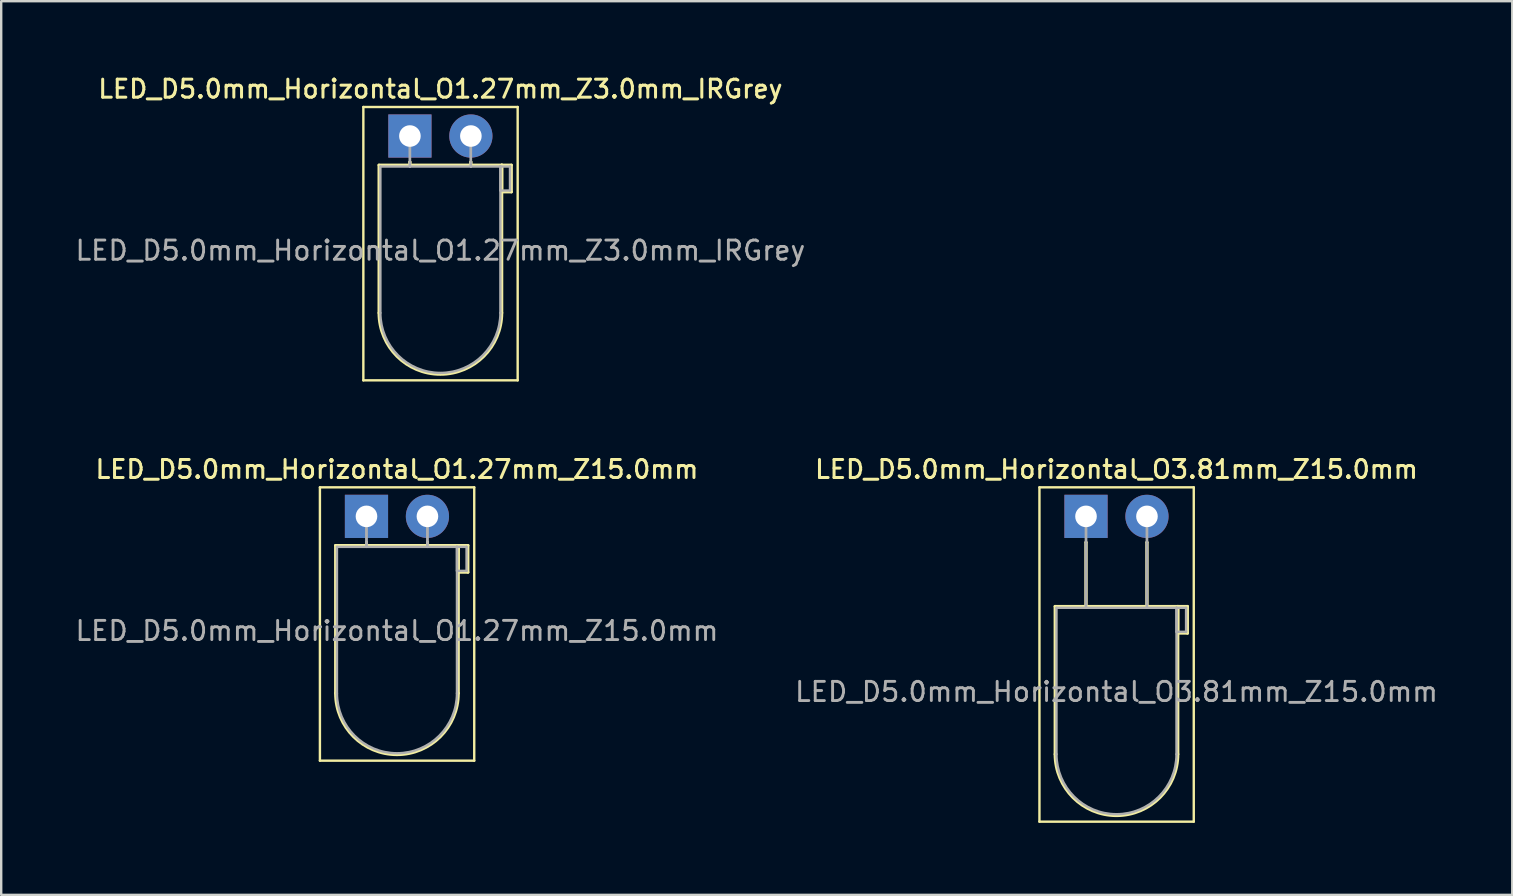
<source format=kicad_pcb>
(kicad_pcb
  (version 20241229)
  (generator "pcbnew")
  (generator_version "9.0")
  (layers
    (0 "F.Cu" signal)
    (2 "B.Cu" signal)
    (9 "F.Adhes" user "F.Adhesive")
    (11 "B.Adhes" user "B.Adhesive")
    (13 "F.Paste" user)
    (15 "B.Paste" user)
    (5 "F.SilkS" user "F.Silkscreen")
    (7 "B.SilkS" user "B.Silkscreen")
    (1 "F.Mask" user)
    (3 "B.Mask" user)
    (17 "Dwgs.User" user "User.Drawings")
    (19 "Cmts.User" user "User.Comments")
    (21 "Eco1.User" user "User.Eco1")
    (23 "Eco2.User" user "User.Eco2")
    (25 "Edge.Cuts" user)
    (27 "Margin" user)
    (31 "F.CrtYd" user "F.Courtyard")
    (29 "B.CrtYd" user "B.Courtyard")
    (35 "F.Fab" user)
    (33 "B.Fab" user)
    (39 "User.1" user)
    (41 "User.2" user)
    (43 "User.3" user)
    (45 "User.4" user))
  (footprint "LED_D5.0mm_Horizontal_O1.27mm_Z15.0mm"
    (layer "F.Cu")
    (at 12.22 18.466)
    (property "Reference" "LED_D5.0mm_Horizontal_O1.27mm_Z15.0mm" (at 1.27 -1.96 0) (layer "F.SilkS") (effects (font (size 0.75 0.75) (thickness 0.125))))
    (attr through_hole)
    (fp_line (start -1.94 -1.21) (end -1.94 10.18) (stroke (width 0.1) (type solid)) (layer "F.SilkS"))
    (fp_line (start -1.94 10.18) (end 4.49 10.18) (stroke (width 0.1) (type solid)) (layer "F.SilkS"))
    (fp_line (start -1.29 1.21) (end -1.29 7.37) (stroke (width 0.12) (type solid)) (layer "F.SilkS"))
    (fp_line (start -1.29 1.21) (end 3.83 1.21) (stroke (width 0.12) (type solid)) (layer "F.SilkS"))
    (fp_line (start 0 1.08) (end 0 1.08) (stroke (width 0.12) (type solid)) (layer "F.SilkS"))
    (fp_line (start 0 1.08) (end 0 1.21) (stroke (width 0.12) (type solid)) (layer "F.SilkS"))
    (fp_line (start 0 1.21) (end 0 1.08) (stroke (width 0.12) (type solid)) (layer "F.SilkS"))
    (fp_line (start 0 1.21) (end 0 1.21) (stroke (width 0.12) (type solid)) (layer "F.SilkS"))
    (fp_line (start 2.54 1.08) (end 2.54 1.08) (stroke (width 0.12) (type solid)) (layer "F.SilkS"))
    (fp_line (start 2.54 1.08) (end 2.54 1.21) (stroke (width 0.12) (type solid)) (layer "F.SilkS"))
    (fp_line (start 2.54 1.21) (end 2.54 1.08) (stroke (width 0.12) (type solid)) (layer "F.SilkS"))
    (fp_line (start 2.54 1.21) (end 2.54 1.21) (stroke (width 0.12) (type solid)) (layer "F.SilkS"))
    (fp_line (start 3.83 1.21) (end 3.83 7.37) (stroke (width 0.12) (type solid)) (layer "F.SilkS"))
    (fp_line (start 3.83 1.21) (end 4.23 1.21) (stroke (width 0.12) (type solid)) (layer "F.SilkS"))
    (fp_line (start 3.83 2.33) (end 3.83 1.21) (stroke (width 0.12) (type solid)) (layer "F.SilkS"))
    (fp_line (start 4.23 1.21) (end 4.23 2.33) (stroke (width 0.12) (type solid)) (layer "F.SilkS"))
    (fp_line (start 4.23 2.33) (end 3.83 2.33) (stroke (width 0.12) (type solid)) (layer "F.SilkS"))
    (fp_line (start 4.49 -1.21) (end -1.94 -1.21) (stroke (width 0.1) (type solid)) (layer "F.SilkS"))
    (fp_line (start 4.49 10.18) (end 4.49 -1.21) (stroke (width 0.1) (type solid)) (layer "F.SilkS"))
    (fp_arc (start 3.83 7.37) (mid 1.27 9.93) (end -1.29 7.37) (stroke (width 0.12) (type solid)) (layer "F.SilkS"))
    (fp_line (start -1.23 1.27) (end -1.23 7.37) (stroke (width 0.1) (type solid)) (layer "F.Fab"))
    (fp_line (start -1.23 1.27) (end 3.77 1.27) (stroke (width 0.1) (type solid)) (layer "F.Fab"))
    (fp_line (start 0 0) (end 0 0) (stroke (width 0.1) (type solid)) (layer "F.Fab"))
    (fp_line (start 0 0) (end 0 1.27) (stroke (width 0.1) (type solid)) (layer "F.Fab"))
    (fp_line (start 0 1.27) (end 0 0) (stroke (width 0.1) (type solid)) (layer "F.Fab"))
    (fp_line (start 0 1.27) (end 0 1.27) (stroke (width 0.1) (type solid)) (layer "F.Fab"))
    (fp_line (start 2.54 0) (end 2.54 0) (stroke (width 0.1) (type solid)) (layer "F.Fab"))
    (fp_line (start 2.54 0) (end 2.54 1.27) (stroke (width 0.1) (type solid)) (layer "F.Fab"))
    (fp_line (start 2.54 1.27) (end 2.54 0) (stroke (width 0.1) (type solid)) (layer "F.Fab"))
    (fp_line (start 2.54 1.27) (end 2.54 1.27) (stroke (width 0.1) (type solid)) (layer "F.Fab"))
    (fp_line (start 3.77 1.27) (end 3.77 7.37) (stroke (width 0.1) (type solid)) (layer "F.Fab"))
    (fp_line (start 3.77 1.27) (end 4.17 1.27) (stroke (width 0.1) (type solid)) (layer "F.Fab"))
    (fp_line (start 3.77 2.27) (end 3.77 1.27) (stroke (width 0.1) (type solid)) (layer "F.Fab"))
    (fp_line (start 4.17 1.27) (end 4.17 2.27) (stroke (width 0.1) (type solid)) (layer "F.Fab"))
    (fp_line (start 4.17 2.27) (end 3.77 2.27) (stroke (width 0.1) (type solid)) (layer "F.Fab"))
    (fp_arc (start 3.77 7.37) (mid 1.27 9.87) (end -1.23 7.37) (stroke (width 0.1) (type solid)) (layer "F.Fab"))
    (fp_text user "${REFERENCE}" (at 1.27 4.77 0) (layer "F.Fab") (effects (font (size 0.8 0.8) (thickness 0.12))))
    (pad "1" thru_hole rect (at 0 0) (size 1.8 1.8) (drill 0.9) (layers "*.Cu" "*.Mask"))
    (pad "2" thru_hole circle (at 2.54 0) (size 1.8 1.8) (drill 0.9) (layers "*.Cu" "*.Mask")))
  (footprint "LED_D5.0mm_Horizontal_O3.81mm_Z15.0mm"
    (layer "F.Cu")
    (at 42.201 18.466)
    (property "Reference" "LED_D5.0mm_Horizontal_O3.81mm_Z15.0mm" (at 1.27 -1.96 0) (layer "F.SilkS") (effects (font (size 0.75 0.75) (thickness 0.125))))
    (attr through_hole)
    (fp_line (start -1.94 -1.21) (end -1.94 12.72) (stroke (width 0.1) (type solid)) (layer "F.SilkS"))
    (fp_line (start -1.94 12.72) (end 4.49 12.72) (stroke (width 0.1) (type solid)) (layer "F.SilkS"))
    (fp_line (start -1.29 3.75) (end -1.29 9.91) (stroke (width 0.12) (type solid)) (layer "F.SilkS"))
    (fp_line (start -1.29 3.75) (end 3.83 3.75) (stroke (width 0.12) (type solid)) (layer "F.SilkS"))
    (fp_line (start 0 1.08) (end 0 1.08) (stroke (width 0.12) (type solid)) (layer "F.SilkS"))
    (fp_line (start 0 1.08) (end 0 3.75) (stroke (width 0.12) (type solid)) (layer "F.SilkS"))
    (fp_line (start 0 3.75) (end 0 1.08) (stroke (width 0.12) (type solid)) (layer "F.SilkS"))
    (fp_line (start 0 3.75) (end 0 3.75) (stroke (width 0.12) (type solid)) (layer "F.SilkS"))
    (fp_line (start 2.54 1.08) (end 2.54 1.08) (stroke (width 0.12) (type solid)) (layer "F.SilkS"))
    (fp_line (start 2.54 1.08) (end 2.54 3.75) (stroke (width 0.12) (type solid)) (layer "F.SilkS"))
    (fp_line (start 2.54 3.75) (end 2.54 1.08) (stroke (width 0.12) (type solid)) (layer "F.SilkS"))
    (fp_line (start 2.54 3.75) (end 2.54 3.75) (stroke (width 0.12) (type solid)) (layer "F.SilkS"))
    (fp_line (start 3.83 3.75) (end 3.83 9.91) (stroke (width 0.12) (type solid)) (layer "F.SilkS"))
    (fp_line (start 3.83 3.75) (end 4.23 3.75) (stroke (width 0.12) (type solid)) (layer "F.SilkS"))
    (fp_line (start 3.83 4.87) (end 3.83 3.75) (stroke (width 0.12) (type solid)) (layer "F.SilkS"))
    (fp_line (start 4.23 3.75) (end 4.23 4.87) (stroke (width 0.12) (type solid)) (layer "F.SilkS"))
    (fp_line (start 4.23 4.87) (end 3.83 4.87) (stroke (width 0.12) (type solid)) (layer "F.SilkS"))
    (fp_line (start 4.49 -1.21) (end -1.94 -1.21) (stroke (width 0.1) (type solid)) (layer "F.SilkS"))
    (fp_line (start 4.49 12.72) (end 4.49 -1.21) (stroke (width 0.1) (type solid)) (layer "F.SilkS"))
    (fp_arc (start 3.83 9.91) (mid 1.27 12.47) (end -1.29 9.91) (stroke (width 0.12) (type solid)) (layer "F.SilkS"))
    (fp_line (start -1.23 3.81) (end -1.23 9.91) (stroke (width 0.1) (type solid)) (layer "F.Fab"))
    (fp_line (start -1.23 3.81) (end 3.77 3.81) (stroke (width 0.1) (type solid)) (layer "F.Fab"))
    (fp_line (start 0 0) (end 0 0) (stroke (width 0.1) (type solid)) (layer "F.Fab"))
    (fp_line (start 0 0) (end 0 3.81) (stroke (width 0.1) (type solid)) (layer "F.Fab"))
    (fp_line (start 0 3.81) (end 0 0) (stroke (width 0.1) (type solid)) (layer "F.Fab"))
    (fp_line (start 0 3.81) (end 0 3.81) (stroke (width 0.1) (type solid)) (layer "F.Fab"))
    (fp_line (start 2.54 0) (end 2.54 0) (stroke (width 0.1) (type solid)) (layer "F.Fab"))
    (fp_line (start 2.54 0) (end 2.54 3.81) (stroke (width 0.1) (type solid)) (layer "F.Fab"))
    (fp_line (start 2.54 3.81) (end 2.54 0) (stroke (width 0.1) (type solid)) (layer "F.Fab"))
    (fp_line (start 2.54 3.81) (end 2.54 3.81) (stroke (width 0.1) (type solid)) (layer "F.Fab"))
    (fp_line (start 3.77 3.81) (end 3.77 9.91) (stroke (width 0.1) (type solid)) (layer "F.Fab"))
    (fp_line (start 3.77 3.81) (end 4.17 3.81) (stroke (width 0.1) (type solid)) (layer "F.Fab"))
    (fp_line (start 3.77 4.81) (end 3.77 3.81) (stroke (width 0.1) (type solid)) (layer "F.Fab"))
    (fp_line (start 4.17 3.81) (end 4.17 4.81) (stroke (width 0.1) (type solid)) (layer "F.Fab"))
    (fp_line (start 4.17 4.81) (end 3.77 4.81) (stroke (width 0.1) (type solid)) (layer "F.Fab"))
    (fp_arc (start 3.77 9.91) (mid 1.27 12.41) (end -1.23 9.91) (stroke (width 0.1) (type solid)) (layer "F.Fab"))
    (fp_text user "${REFERENCE}" (at 1.27 7.31 0) (layer "F.Fab") (effects (font (size 0.8 0.8) (thickness 0.12))))
    (pad "1" thru_hole rect (at 0 0) (size 1.8 1.8) (drill 0.9) (layers "*.Cu" "*.Mask"))
    (pad "2" thru_hole circle (at 2.54 0) (size 1.8 1.8) (drill 0.9) (layers "*.Cu" "*.Mask")))
  (footprint "LED_D5.0mm_Horizontal_O1.27mm_Z3.0mm_IRGrey"
    (layer "F.Cu")
    (at 14.03 2.618)
    (property "Reference" "LED_D5.0mm_Horizontal_O1.27mm_Z3.0mm_IRGrey" (at 1.27 -1.96 0) (layer "F.SilkS") (effects (font (size 0.75 0.75) (thickness 0.125))))
    (attr through_hole)
    (fp_line (start -1.94 -1.21) (end -1.94 10.18) (stroke (width 0.1) (type solid)) (layer "F.SilkS"))
    (fp_line (start -1.94 10.18) (end 4.49 10.18) (stroke (width 0.1) (type solid)) (layer "F.SilkS"))
    (fp_line (start -1.29 1.21) (end -1.29 7.37) (stroke (width 0.12) (type solid)) (layer "F.SilkS"))
    (fp_line (start -1.29 1.21) (end 3.83 1.21) (stroke (width 0.12) (type solid)) (layer "F.SilkS"))
    (fp_line (start 0 1.08) (end 0 1.08) (stroke (width 0.12) (type solid)) (layer "F.SilkS"))
    (fp_line (start 0 1.08) (end 0 1.21) (stroke (width 0.12) (type solid)) (layer "F.SilkS"))
    (fp_line (start 0 1.21) (end 0 1.08) (stroke (width 0.12) (type solid)) (layer "F.SilkS"))
    (fp_line (start 0 1.21) (end 0 1.21) (stroke (width 0.12) (type solid)) (layer "F.SilkS"))
    (fp_line (start 2.54 1.08) (end 2.54 1.08) (stroke (width 0.12) (type solid)) (layer "F.SilkS"))
    (fp_line (start 2.54 1.08) (end 2.54 1.21) (stroke (width 0.12) (type solid)) (layer "F.SilkS"))
    (fp_line (start 2.54 1.21) (end 2.54 1.08) (stroke (width 0.12) (type solid)) (layer "F.SilkS"))
    (fp_line (start 2.54 1.21) (end 2.54 1.21) (stroke (width 0.12) (type solid)) (layer "F.SilkS"))
    (fp_line (start 3.83 1.21) (end 3.83 7.37) (stroke (width 0.12) (type solid)) (layer "F.SilkS"))
    (fp_line (start 3.83 1.21) (end 4.23 1.21) (stroke (width 0.12) (type solid)) (layer "F.SilkS"))
    (fp_line (start 3.83 2.33) (end 3.83 1.21) (stroke (width 0.12) (type solid)) (layer "F.SilkS"))
    (fp_line (start 4.23 1.21) (end 4.23 2.33) (stroke (width 0.12) (type solid)) (layer "F.SilkS"))
    (fp_line (start 4.23 2.33) (end 3.83 2.33) (stroke (width 0.12) (type solid)) (layer "F.SilkS"))
    (fp_line (start 4.49 -1.21) (end -1.94 -1.21) (stroke (width 0.1) (type solid)) (layer "F.SilkS"))
    (fp_line (start 4.49 10.18) (end 4.49 -1.21) (stroke (width 0.1) (type solid)) (layer "F.SilkS"))
    (fp_arc (start 3.83 7.37) (mid 1.27 9.93) (end -1.29 7.37) (stroke (width 0.12) (type solid)) (layer "F.SilkS"))
    (fp_line (start -1.23 1.27) (end -1.23 7.37) (stroke (width 0.1) (type solid)) (layer "F.Fab"))
    (fp_line (start -1.23 1.27) (end 3.77 1.27) (stroke (width 0.1) (type solid)) (layer "F.Fab"))
    (fp_line (start 0 0) (end 0 0) (stroke (width 0.1) (type solid)) (layer "F.Fab"))
    (fp_line (start 0 0) (end 0 1.27) (stroke (width 0.1) (type solid)) (layer "F.Fab"))
    (fp_line (start 0 1.27) (end 0 0) (stroke (width 0.1) (type solid)) (layer "F.Fab"))
    (fp_line (start 0 1.27) (end 0 1.27) (stroke (width 0.1) (type solid)) (layer "F.Fab"))
    (fp_line (start 2.54 0) (end 2.54 0) (stroke (width 0.1) (type solid)) (layer "F.Fab"))
    (fp_line (start 2.54 0) (end 2.54 1.27) (stroke (width 0.1) (type solid)) (layer "F.Fab"))
    (fp_line (start 2.54 1.27) (end 2.54 0) (stroke (width 0.1) (type solid)) (layer "F.Fab"))
    (fp_line (start 2.54 1.27) (end 2.54 1.27) (stroke (width 0.1) (type solid)) (layer "F.Fab"))
    (fp_line (start 3.77 1.27) (end 3.77 7.37) (stroke (width 0.1) (type solid)) (layer "F.Fab"))
    (fp_line (start 3.77 1.27) (end 4.17 1.27) (stroke (width 0.1) (type solid)) (layer "F.Fab"))
    (fp_line (start 3.77 2.27) (end 3.77 1.27) (stroke (width 0.1) (type solid)) (layer "F.Fab"))
    (fp_line (start 4.17 1.27) (end 4.17 2.27) (stroke (width 0.1) (type solid)) (layer "F.Fab"))
    (fp_line (start 4.17 2.27) (end 3.77 2.27) (stroke (width 0.1) (type solid)) (layer "F.Fab"))
    (fp_arc (start 3.77 7.37) (mid 1.27 9.87) (end -1.23 7.37) (stroke (width 0.1) (type solid)) (layer "F.Fab"))
    (fp_text user "${REFERENCE}" (at 1.27 4.77 0) (layer "F.Fab") (effects (font (size 0.8 0.8) (thickness 0.12))))
    (pad "1" thru_hole rect (at 0 0) (size 1.8 1.8) (drill 0.9) (layers "*.Cu" "*.Mask"))
    (pad "2" thru_hole circle (at 2.54 0) (size 1.8 1.8) (drill 0.9) (layers "*.Cu" "*.Mask")))
  (gr_rect
    (start -3 -3)
    (end 59.962 34.236)
    (stroke (width 0.1) (type default))
    (fill no)
    (layer "Edge.Cuts")))
</source>
